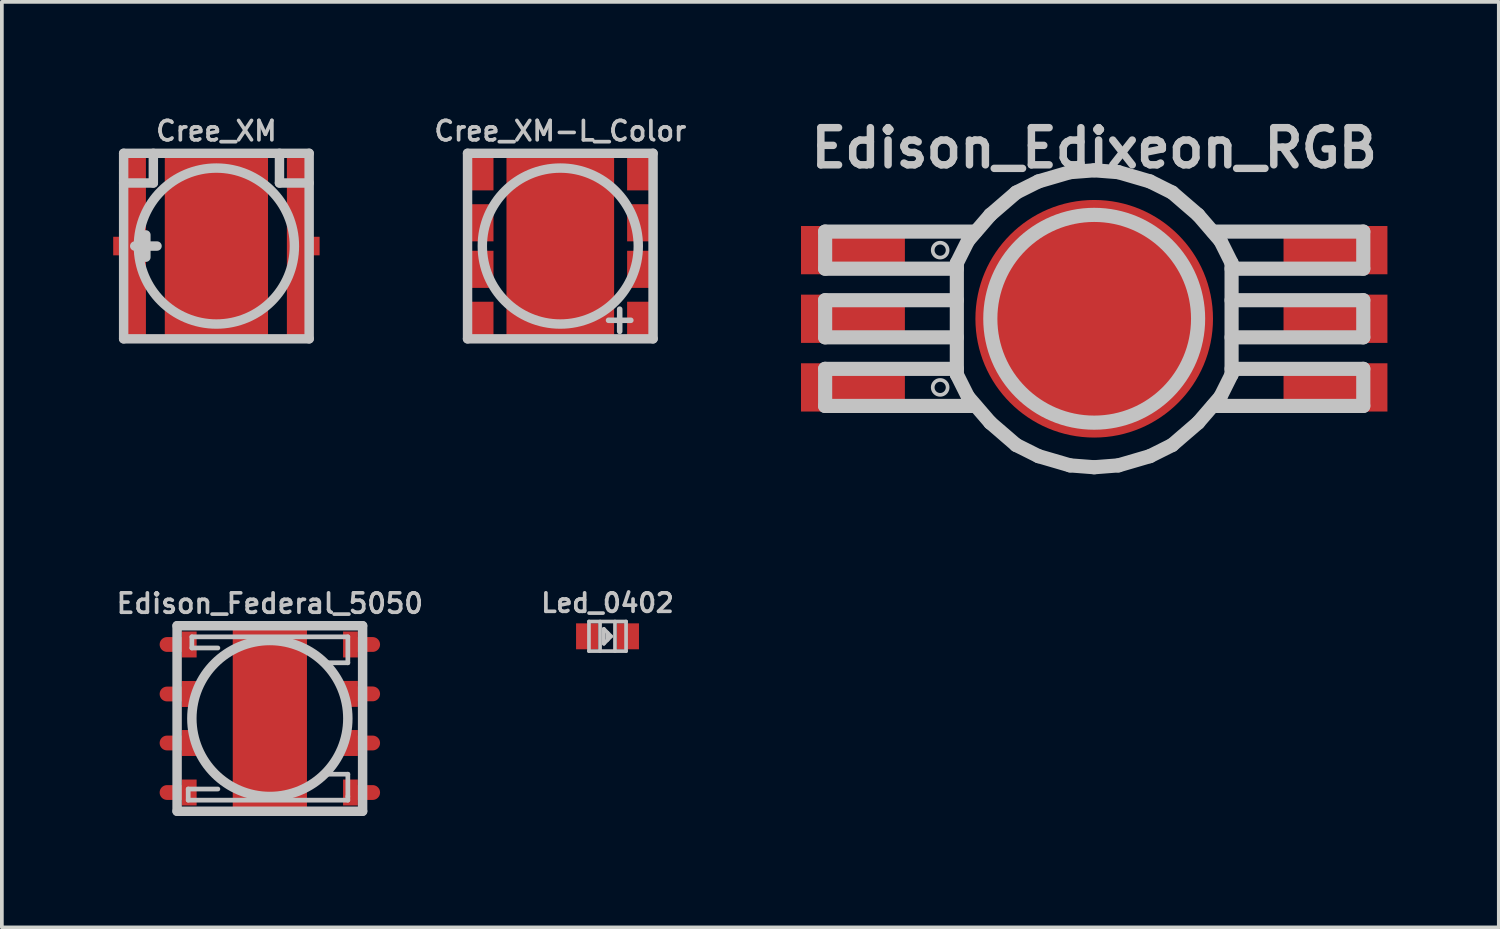
<source format=kicad_pcb>
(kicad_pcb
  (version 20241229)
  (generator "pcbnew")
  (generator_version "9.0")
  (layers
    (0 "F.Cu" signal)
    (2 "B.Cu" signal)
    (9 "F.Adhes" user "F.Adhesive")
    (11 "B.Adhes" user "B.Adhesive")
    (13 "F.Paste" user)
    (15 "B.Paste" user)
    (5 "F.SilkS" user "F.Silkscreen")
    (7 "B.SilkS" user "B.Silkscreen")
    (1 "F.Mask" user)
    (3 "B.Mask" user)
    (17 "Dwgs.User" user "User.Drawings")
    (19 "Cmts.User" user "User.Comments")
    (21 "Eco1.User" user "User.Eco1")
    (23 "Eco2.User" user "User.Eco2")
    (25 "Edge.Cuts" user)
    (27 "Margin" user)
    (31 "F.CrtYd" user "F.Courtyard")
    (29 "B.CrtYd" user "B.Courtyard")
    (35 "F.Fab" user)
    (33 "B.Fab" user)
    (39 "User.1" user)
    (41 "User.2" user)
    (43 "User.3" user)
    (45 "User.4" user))
  (footprint "Edison_Edixeon_RGB"
    (layer "F.Cu")
    (at 26.429 5.538)
    (property "Reference" "Edison_Edixeon_RGB" (at 0 -4.6 0) (layer "Dwgs.User") (effects (font (size 1.001 1.001) (thickness 0.201))))
    (attr through_hole)
    (fp_line (start -7.249 -2.349) (end -3.2 -2.349) (stroke (width 0.381) (type solid)) (layer "Dwgs.User"))
    (fp_line (start -7.249 -1.349) (end -7.249 -2.349) (stroke (width 0.381) (type solid)) (layer "Dwgs.User"))
    (fp_line (start -7.249 -0.5) (end -3.701 -0.5) (stroke (width 0.381) (type solid)) (layer "Dwgs.User"))
    (fp_line (start -7.249 0.5) (end -7.249 -0.5) (stroke (width 0.381) (type solid)) (layer "Dwgs.User"))
    (fp_line (start -7.249 1.349) (end -7.249 2.349) (stroke (width 0.381) (type solid)) (layer "Dwgs.User"))
    (fp_line (start -7.249 2.349) (end -3.2 2.349) (stroke (width 0.381) (type solid)) (layer "Dwgs.User"))
    (fp_line (start -3.701 -1.501) (end -3.401 -2.101) (stroke (width 0.381) (type solid)) (layer "Dwgs.User"))
    (fp_line (start -3.701 -1.349) (end -7.249 -1.349) (stroke (width 0.381) (type solid)) (layer "Dwgs.User"))
    (fp_line (start -3.701 0.5) (end -7.249 0.5) (stroke (width 0.381) (type solid)) (layer "Dwgs.User"))
    (fp_line (start -3.701 1.349) (end -7.249 1.349) (stroke (width 0.381) (type solid)) (layer "Dwgs.User"))
    (fp_line (start -3.701 1.501) (end -3.701 -1.501) (stroke (width 0.381) (type solid)) (layer "Dwgs.User"))
    (fp_line (start -3.701 1.501) (end -3.401 2.101) (stroke (width 0.381) (type solid)) (layer "Dwgs.User"))
    (fp_line (start -3.401 -2.101) (end -2.799 -2.799) (stroke (width 0.381) (type solid)) (layer "Dwgs.User"))
    (fp_line (start -2.799 -2.799) (end -2.101 -3.401) (stroke (width 0.381) (type solid)) (layer "Dwgs.User"))
    (fp_line (start -2.799 2.799) (end -3.401 2.101) (stroke (width 0.381) (type solid)) (layer "Dwgs.User"))
    (fp_line (start -2.101 -3.401) (end -1.501 -3.701) (stroke (width 0.381) (type solid)) (layer "Dwgs.User"))
    (fp_line (start -2.101 3.401) (end -2.799 2.799) (stroke (width 0.381) (type solid)) (layer "Dwgs.User"))
    (fp_line (start -1.501 3.701) (end -2.101 3.401) (stroke (width 0.381) (type solid)) (layer "Dwgs.User"))
    (fp_line (start -1.501 3.701) (end -0.65 3.95) (stroke (width 0.381) (type solid)) (layer "Dwgs.User"))
    (fp_line (start -0.65 -3.95) (end -1.501 -3.701) (stroke (width 0.381) (type solid)) (layer "Dwgs.User"))
    (fp_line (start -0.65 -3.95) (end 0 -4) (stroke (width 0.381) (type solid)) (layer "Dwgs.User"))
    (fp_line (start -0.65 3.95) (end 0 4) (stroke (width 0.381) (type solid)) (layer "Dwgs.User"))
    (fp_line (start 0 -4) (end 0.65 -3.95) (stroke (width 0.381) (type solid)) (layer "Dwgs.User"))
    (fp_line (start 0.65 -3.95) (end 1.501 -3.701) (stroke (width 0.381) (type solid)) (layer "Dwgs.User"))
    (fp_line (start 0.65 3.95) (end 0 4) (stroke (width 0.381) (type solid)) (layer "Dwgs.User"))
    (fp_line (start 0.65 3.95) (end 1.501 3.701) (stroke (width 0.381) (type solid)) (layer "Dwgs.User"))
    (fp_line (start 1.501 -3.701) (end 2.101 -3.401) (stroke (width 0.381) (type solid)) (layer "Dwgs.User"))
    (fp_line (start 1.501 3.701) (end 2.101 3.401) (stroke (width 0.381) (type solid)) (layer "Dwgs.User"))
    (fp_line (start 2.101 -3.401) (end 2.799 -2.799) (stroke (width 0.381) (type solid)) (layer "Dwgs.User"))
    (fp_line (start 2.799 -2.799) (end 3.401 -2.101) (stroke (width 0.381) (type solid)) (layer "Dwgs.User"))
    (fp_line (start 2.799 2.799) (end 2.101 3.401) (stroke (width 0.381) (type solid)) (layer "Dwgs.User"))
    (fp_line (start 3.2 -2.349) (end 7.249 -2.349) (stroke (width 0.381) (type solid)) (layer "Dwgs.User"))
    (fp_line (start 3.401 2.101) (end 2.799 2.799) (stroke (width 0.381) (type solid)) (layer "Dwgs.User"))
    (fp_line (start 3.701 -1.501) (end 3.401 -2.101) (stroke (width 0.381) (type solid)) (layer "Dwgs.User"))
    (fp_line (start 3.701 -1.501) (end 3.701 1.501) (stroke (width 0.381) (type solid)) (layer "Dwgs.User"))
    (fp_line (start 3.701 -0.5) (end 7.249 -0.5) (stroke (width 0.381) (type solid)) (layer "Dwgs.User"))
    (fp_line (start 3.701 1.349) (end 7.249 1.349) (stroke (width 0.381) (type solid)) (layer "Dwgs.User"))
    (fp_line (start 3.701 1.501) (end 3.401 2.101) (stroke (width 0.381) (type solid)) (layer "Dwgs.User"))
    (fp_line (start 7.249 -2.349) (end 7.249 -1.349) (stroke (width 0.381) (type solid)) (layer "Dwgs.User"))
    (fp_line (start 7.249 -1.349) (end 3.701 -1.349) (stroke (width 0.381) (type solid)) (layer "Dwgs.User"))
    (fp_line (start 7.249 -0.5) (end 7.249 0.5) (stroke (width 0.381) (type solid)) (layer "Dwgs.User"))
    (fp_line (start 7.249 0.5) (end 3.701 0.5) (stroke (width 0.381) (type solid)) (layer "Dwgs.User"))
    (fp_line (start 7.249 1.349) (end 7.249 2.349) (stroke (width 0.381) (type solid)) (layer "Dwgs.User"))
    (fp_line (start 7.249 2.349) (end 3.2 2.349) (stroke (width 0.381) (type solid)) (layer "Dwgs.User"))
    (fp_circle (center -4.15 -1.849) (end -4.351 -1.849) (stroke (width 0.099) (type solid)) (fill no) (layer "Dwgs.User"))
    (fp_circle (center -4.15 1.849) (end -4.351 1.849) (stroke (width 0.099) (type solid)) (fill no) (layer "Dwgs.User"))
    (fp_circle (center 0 0) (end -2.799 0) (stroke (width 0.381) (type solid)) (fill no) (layer "Dwgs.User"))
    (pad "1" smd rect (at -6.5 -1.849) (size 2.799 1.3) (layers "F.Cu" "F.Mask" "F.Paste"))
    (pad "2" smd rect (at -6.5 1.849) (size 2.799 1.3) (layers "F.Cu" "F.Mask" "F.Paste"))
    (pad "3" smd rect (at -6.5 0) (size 2.799 1.3) (layers "F.Cu" "F.Mask" "F.Paste"))
    (pad "4" smd rect (at 6.5 0) (size 2.799 1.3) (layers "F.Cu" "F.Mask" "F.Paste"))
    (pad "5" smd rect (at 6.5 1.849) (size 2.799 1.3) (layers "F.Cu" "F.Mask" "F.Paste"))
    (pad "6" smd rect (at 6.5 -1.849) (size 2.799 1.3) (layers "F.Cu" "F.Mask" "F.Paste"))
    (pad "7" smd circle (at 0 0) (size 6.401 6.401) (layers "F.Cu" "F.Mask" "F.Paste")))
  (footprint "Cree_XM"
    (layer "F.Cu")
    (at 2.78 3.579)
    (property "Reference" "Cree_XM" (at 0 -3.099 0) (layer "Dwgs.User") (effects (font (size 0.523 0.523) (thickness 0.099))))
    (attr through_hole)
    (fp_line (start -2.499 -2.499) (end -2.499 2.499) (stroke (width 0.254) (type solid)) (layer "Dwgs.User"))
    (fp_line (start -2.499 -1.699) (end -1.699 -1.699) (stroke (width 0.254) (type solid)) (layer "Dwgs.User"))
    (fp_line (start -2.499 2.499) (end 2.499 2.499) (stroke (width 0.254) (type solid)) (layer "Dwgs.User"))
    (fp_line (start -2.2 0) (end -1.6 0) (stroke (width 0.254) (type solid)) (layer "Dwgs.User"))
    (fp_line (start -1.9 -0.3) (end -1.9 0.3) (stroke (width 0.254) (type solid)) (layer "Dwgs.User"))
    (fp_line (start -1.699 -1.699) (end -1.699 -2.499) (stroke (width 0.254) (type solid)) (layer "Dwgs.User"))
    (fp_line (start 1.699 -1.699) (end 1.699 -2.499) (stroke (width 0.254) (type solid)) (layer "Dwgs.User"))
    (fp_line (start 1.699 -1.699) (end 2.499 -1.699) (stroke (width 0.254) (type solid)) (layer "Dwgs.User"))
    (fp_line (start 2.499 -2.499) (end -2.499 -2.499) (stroke (width 0.254) (type solid)) (layer "Dwgs.User"))
    (fp_line (start 2.499 2.499) (end 2.499 -2.499) (stroke (width 0.254) (type solid)) (layer "Dwgs.User"))
    (fp_circle (center 0 0) (end -2.101 0) (stroke (width 0.254) (type solid)) (fill no) (layer "Dwgs.User"))
    (pad "1" smd rect (at -2.581 0) (size 0.399 0.5) (layers "F.Cu" "F.Mask"))
    (pad "1" smd rect (at -2.149 0) (size 0.5 4.801) (layers "F.Cu" "F.Mask" "F.Paste"))
    (pad "2" smd rect (at 2.149 0) (size 0.5 4.801) (layers "F.Cu" "F.Mask" "F.Paste"))
    (pad "2" smd rect (at 2.581 0) (size 0.399 0.5) (layers "F.Cu" "F.Mask"))
    (pad "3" smd rect (at 0 0) (size 2.781 4.801) (layers "F.Cu" "F.Mask" "F.Paste")))
  (footprint "Cree_XM-L_Color"
    (layer "F.Cu")
    (at 12.045 3.579)
    (property "Reference" "Cree_XM-L_Color" (at 0 -3.099 0) (layer "Dwgs.User") (effects (font (size 0.523 0.523) (thickness 0.099))))
    (attr smd)
    (fp_line (start -2.499 -2.499) (end -2.499 2.499) (stroke (width 0.254) (type solid)) (layer "Dwgs.User"))
    (fp_line (start -2.499 2.499) (end 2.499 2.499) (stroke (width 0.254) (type solid)) (layer "Dwgs.User"))
    (fp_line (start 1.3 2) (end 1.9 2) (stroke (width 0.15) (type solid)) (layer "Dwgs.User"))
    (fp_line (start 1.6 2.3) (end 1.6 1.7) (stroke (width 0.15) (type solid)) (layer "Dwgs.User"))
    (fp_line (start 2.499 -2.499) (end -2.499 -2.499) (stroke (width 0.254) (type solid)) (layer "Dwgs.User"))
    (fp_line (start 2.499 2.499) (end 2.499 -2.499) (stroke (width 0.254) (type solid)) (layer "Dwgs.User"))
    (fp_circle (center 0 0) (end -2.101 0) (stroke (width 0.254) (type solid)) (fill no) (layer "Dwgs.User"))
    (pad "1" smd rect (at 2.15 -2) (size 0.7 1) (layers "F.Cu" "F.Mask" "F.Paste"))
    (pad "2" smd rect (at 2.15 -0.627) (size 0.7 1) (layers "F.Cu" "F.Mask" "F.Paste"))
    (pad "3" smd rect (at 2.15 0.627) (size 0.7 1) (layers "F.Cu" "F.Mask" "F.Paste"))
    (pad "4" smd rect (at 2.15 2) (size 0.7 1) (layers "F.Cu" "F.Mask" "F.Paste"))
    (pad "5" smd rect (at -2.15 2) (size 0.7 1) (layers "F.Cu" "F.Mask" "F.Paste"))
    (pad "6" smd rect (at -2.15 0.627) (size 0.7 1) (layers "F.Cu" "F.Mask" "F.Paste"))
    (pad "7" smd rect (at -2.15 -0.627) (size 0.7 1) (layers "F.Cu" "F.Mask" "F.Paste"))
    (pad "8" smd rect (at -2.15 -2) (size 0.7 1) (layers "F.Cu" "F.Mask" "F.Paste"))
    (pad "9" smd rect (at 0 0) (size 1.93 3.96) (layers "F.Cu" "F.Mask" "F.Paste"))
    (pad "9" smd rect (at 0 0) (size 2.9 5) (layers "F.Cu" "F.Mask")))
  (footprint "Led_0402"
    (layer "F.Cu")
    (at 13.317 14.093)
    (property "Reference" "Led_0402" (at 0 -0.899 0) (layer "Dwgs.User") (effects (font (size 0.498 0.498) (thickness 0.099))))
    (attr through_hole)
    (fp_line (start -0.5 -0.399) (end 0.5 -0.399) (stroke (width 0.099) (type solid)) (layer "Dwgs.User"))
    (fp_line (start -0.5 0.399) (end -0.5 -0.399) (stroke (width 0.099) (type solid)) (layer "Dwgs.User"))
    (fp_line (start -0.201 0.399) (end -0.201 -0.399) (stroke (width 0.099) (type solid)) (layer "Dwgs.User"))
    (fp_line (start -0.099 -0.201) (end -0.099 0.201) (stroke (width 0.099) (type solid)) (layer "Dwgs.User"))
    (fp_line (start -0.099 0.201) (end 0.099 0) (stroke (width 0.099) (type solid)) (layer "Dwgs.User"))
    (fp_line (start 0 0.099) (end 0 -0.099) (stroke (width 0.099) (type solid)) (layer "Dwgs.User"))
    (fp_line (start 0.099 0) (end -0.099 -0.201) (stroke (width 0.099) (type solid)) (layer "Dwgs.User"))
    (fp_line (start 0.201 -0.399) (end 0.201 0.399) (stroke (width 0.099) (type solid)) (layer "Dwgs.User"))
    (fp_line (start 0.5 -0.399) (end 0.5 0.399) (stroke (width 0.099) (type solid)) (layer "Dwgs.User"))
    (fp_line (start 0.5 0.399) (end -0.5 0.399) (stroke (width 0.099) (type solid)) (layer "Dwgs.User"))
    (pad "1" smd rect (at -0.549 0) (size 0.597 0.699) (layers "F.Cu" "F.Mask" "F.Paste"))
    (pad "2" smd rect (at 0.549 0) (size 0.597 0.699) (layers "F.Cu" "F.Mask" "F.Paste")))
  (footprint "Edison_Federal_5050"
    (layer "F.Cu")
    (at 4.22 16.307)
    (property "Reference" "Edison_Federal_5050" (at 0 -3.099 0) (layer "Dwgs.User") (effects (font (size 0.523 0.523) (thickness 0.099))))
    (attr smd)
    (fp_line (start -2.499 -2.499) (end -2.499 2.499) (stroke (width 0.254) (type solid)) (layer "Dwgs.User"))
    (fp_line (start -2.499 2.499) (end 2.499 2.499) (stroke (width 0.254) (type solid)) (layer "Dwgs.User"))
    (fp_line (start -2.2 1.9) (end -1.4 1.9) (stroke (width 0.127) (type solid)) (layer "Dwgs.User"))
    (fp_line (start -2.2 2.2) (end -2.2 1.9) (stroke (width 0.127) (type solid)) (layer "Dwgs.User"))
    (fp_line (start -2.101 -2.2) (end 2.101 -2.2) (stroke (width 0.127) (type solid)) (layer "Dwgs.User"))
    (fp_line (start -2.101 -1.9) (end -2.101 -2.2) (stroke (width 0.127) (type solid)) (layer "Dwgs.User"))
    (fp_line (start -1.4 -1.9) (end -2.101 -1.9) (stroke (width 0.127) (type solid)) (layer "Dwgs.User"))
    (fp_line (start 1.501 1.501) (end 2.101 1.501) (stroke (width 0.127) (type solid)) (layer "Dwgs.User"))
    (fp_line (start 2.101 -2.2) (end 2.101 -1.501) (stroke (width 0.127) (type solid)) (layer "Dwgs.User"))
    (fp_line (start 2.101 -1.501) (end 1.4 -1.501) (stroke (width 0.127) (type solid)) (layer "Dwgs.User"))
    (fp_line (start 2.101 1.501) (end 2.101 2.101) (stroke (width 0.127) (type solid)) (layer "Dwgs.User"))
    (fp_line (start 2.101 2.101) (end 2.101 2.2) (stroke (width 0.127) (type solid)) (layer "Dwgs.User"))
    (fp_line (start 2.101 2.2) (end -2.2 2.2) (stroke (width 0.127) (type solid)) (layer "Dwgs.User"))
    (fp_line (start 2.499 -2.499) (end -2.499 -2.499) (stroke (width 0.254) (type solid)) (layer "Dwgs.User"))
    (fp_line (start 2.499 2.499) (end 2.499 -2.499) (stroke (width 0.254) (type solid)) (layer "Dwgs.User"))
    (fp_circle (center 0 0) (end -2.101 0) (stroke (width 0.254) (type solid)) (fill no) (layer "Dwgs.User"))
    (pad "1" smd rect (at 2.172 -1.994) (size 0.399 0.699) (layers "F.Cu" "F.Mask" "F.Paste"))
    (pad "1" smd oval (at 2.57 -1.994) (size 0.798 0.399) (layers "F.Cu" "F.Mask"))
    (pad "2" smd rect (at 2.172 -0.663) (size 0.399 0.699) (layers "F.Cu" "F.Mask" "F.Paste"))
    (pad "2" smd oval (at 2.57 -0.663) (size 0.798 0.399) (layers "F.Cu" "F.Mask"))
    (pad "3" smd rect (at 2.172 0.66) (size 0.399 0.699) (layers "F.Cu" "F.Mask" "F.Paste"))
    (pad "3" smd oval (at 2.57 0.66) (size 0.798 0.399) (layers "F.Cu" "F.Mask"))
    (pad "4" smd rect (at 2.172 1.994) (size 0.399 0.699) (layers "F.Cu" "F.Mask" "F.Paste"))
    (pad "4" smd oval (at 2.57 1.994) (size 0.798 0.399) (layers "F.Cu" "F.Mask"))
    (pad "5" smd oval (at -2.57 -1.994) (size 0.798 0.399) (layers "F.Cu" "F.Mask"))
    (pad "5" smd rect (at -2.172 -1.994) (size 0.399 0.699) (layers "F.Cu" "F.Mask" "F.Paste"))
    (pad "6" smd oval (at -2.57 -0.66) (size 0.798 0.399) (layers "F.Cu" "F.Mask"))
    (pad "6" smd rect (at -2.172 -0.66) (size 0.399 0.699) (layers "F.Cu" "F.Mask" "F.Paste"))
    (pad "7" smd oval (at -2.57 0.66) (size 0.798 0.399) (layers "F.Cu" "F.Mask"))
    (pad "7" smd rect (at -2.172 0.66) (size 0.399 0.699) (layers "F.Cu" "F.Mask" "F.Paste"))
    (pad "8" smd oval (at -2.57 1.994) (size 0.798 0.399) (layers "F.Cu" "F.Mask"))
    (pad "8" smd rect (at -2.172 1.994) (size 0.399 0.699) (layers "F.Cu" "F.Mask" "F.Paste"))
    (pad "9" smd rect (at 0 0) (size 1.999 4.996) (layers "F.Cu" "F.Mask" "F.Paste")))
  (gr_rect
    (start -3 -3)
    (end 37.329 21.934)
    (stroke (width 0.1) (type default))
    (fill no)
    (layer "Edge.Cuts")))
</source>
